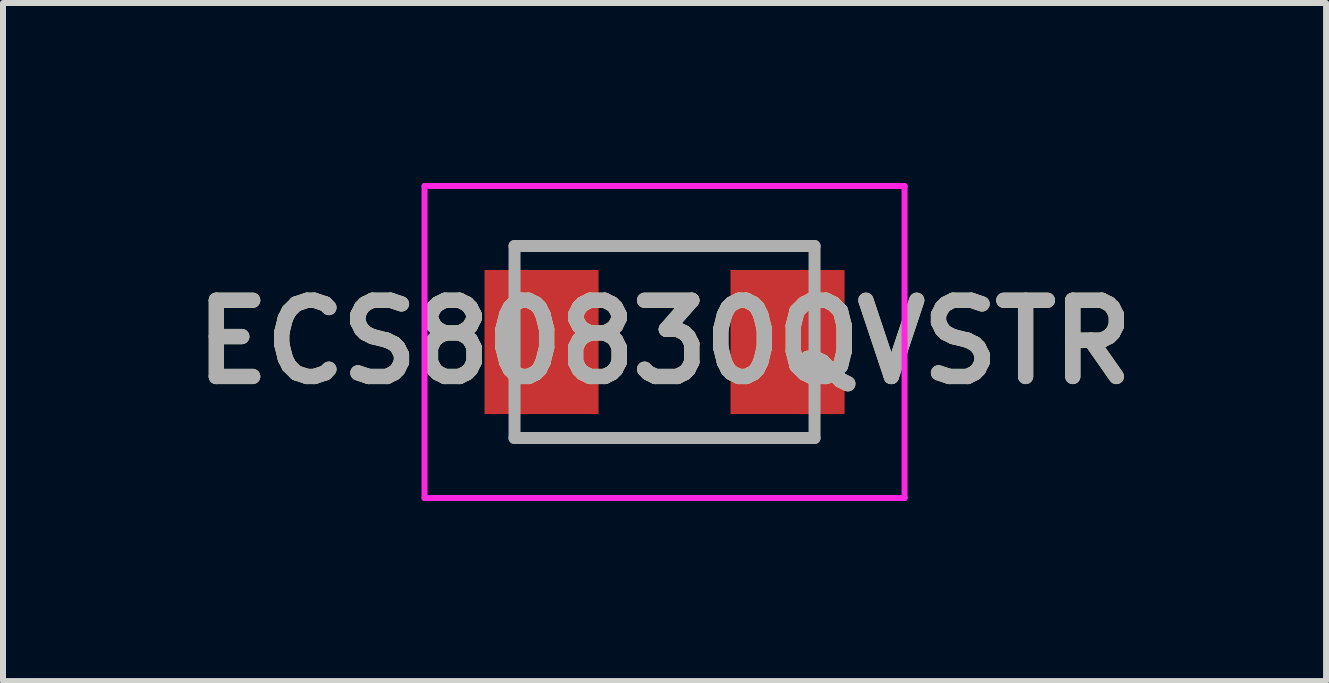
<source format=kicad_pcb>
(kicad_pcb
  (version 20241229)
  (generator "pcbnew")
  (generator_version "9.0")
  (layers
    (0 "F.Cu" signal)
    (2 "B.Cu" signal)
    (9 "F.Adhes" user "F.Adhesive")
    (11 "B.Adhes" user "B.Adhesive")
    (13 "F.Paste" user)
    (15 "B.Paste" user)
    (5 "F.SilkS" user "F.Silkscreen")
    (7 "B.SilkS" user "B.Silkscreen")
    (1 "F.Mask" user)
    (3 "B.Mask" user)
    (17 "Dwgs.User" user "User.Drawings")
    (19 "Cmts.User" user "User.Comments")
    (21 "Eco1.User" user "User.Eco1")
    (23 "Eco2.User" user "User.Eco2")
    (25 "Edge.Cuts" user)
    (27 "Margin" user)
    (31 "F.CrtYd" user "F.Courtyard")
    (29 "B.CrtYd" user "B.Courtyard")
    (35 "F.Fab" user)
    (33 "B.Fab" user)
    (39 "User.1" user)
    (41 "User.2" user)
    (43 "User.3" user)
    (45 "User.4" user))
  (footprint "ECS80830QVSTR"
    (layer "F.Cu")
    (at 8.025 2.65)
    (property "Reference" "ECS80830QVSTR" (at 0 0 0) (layer "F.SilkS") (effects (font (size 1.27 1.27) (thickness 0.254))))
    (attr smd)
    (fp_line (start -2.5 -1.6) (end 2.5 -1.6) (stroke (width 0.1) (type solid)) (layer "F.SilkS"))
    (fp_line (start -2.5 1.6) (end 2.5 1.6) (stroke (width 0.1) (type solid)) (layer "F.SilkS"))
    (fp_line (start -4 -2.6) (end 4 -2.6) (stroke (width 0.1) (type solid)) (layer "F.CrtYd"))
    (fp_line (start -4 2.6) (end -4 -2.6) (stroke (width 0.1) (type solid)) (layer "F.CrtYd"))
    (fp_line (start 4 -2.6) (end 4 2.6) (stroke (width 0.1) (type solid)) (layer "F.CrtYd"))
    (fp_line (start 4 2.6) (end -4 2.6) (stroke (width 0.1) (type solid)) (layer "F.CrtYd"))
    (fp_line (start -2.5 -1.6) (end 2.5 -1.6) (stroke (width 0.2) (type solid)) (layer "F.Fab"))
    (fp_line (start -2.5 1.6) (end -2.5 -1.6) (stroke (width 0.2) (type solid)) (layer "F.Fab"))
    (fp_line (start 2.5 -1.6) (end 2.5 1.6) (stroke (width 0.2) (type solid)) (layer "F.Fab"))
    (fp_line (start 2.5 1.6) (end -2.5 1.6) (stroke (width 0.2) (type solid)) (layer "F.Fab"))
    (fp_text user "${REFERENCE}" (at 0 0 0) (layer "F.Fab") (effects (font (size 1.27 1.27) (thickness 0.254))))
    (pad "1" smd rect (at -2.05 0) (size 1.9 2.4) (layers "F.Cu" "F.Mask" "F.Paste"))
    (pad "2" smd rect (at 2.05 0) (size 1.9 2.4) (layers "F.Cu" "F.Mask" "F.Paste")))
  (gr_rect
    (start -3 -3)
    (end 19.05 8.3)
    (stroke (width 0.1) (type default))
    (fill no)
    (layer "Edge.Cuts")))
</source>
